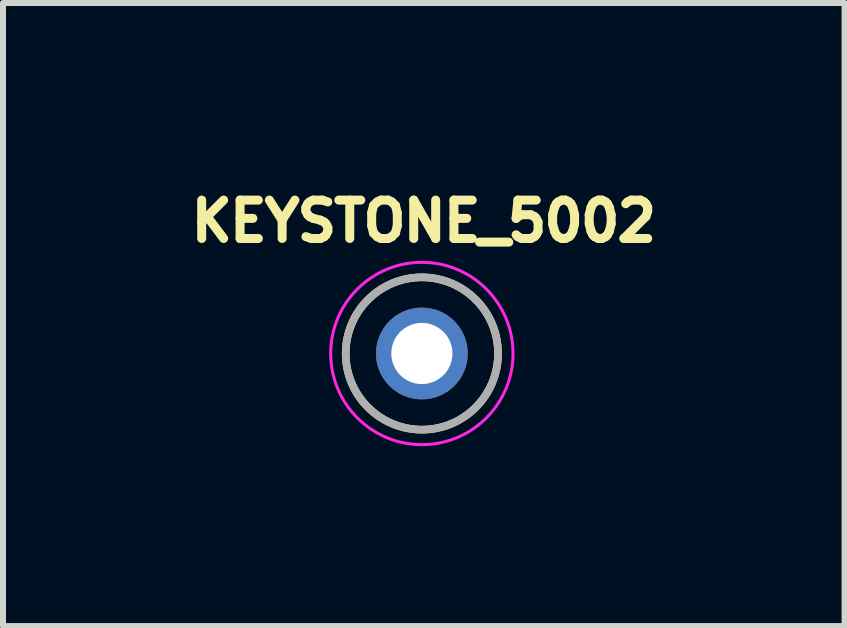
<source format=kicad_pcb>
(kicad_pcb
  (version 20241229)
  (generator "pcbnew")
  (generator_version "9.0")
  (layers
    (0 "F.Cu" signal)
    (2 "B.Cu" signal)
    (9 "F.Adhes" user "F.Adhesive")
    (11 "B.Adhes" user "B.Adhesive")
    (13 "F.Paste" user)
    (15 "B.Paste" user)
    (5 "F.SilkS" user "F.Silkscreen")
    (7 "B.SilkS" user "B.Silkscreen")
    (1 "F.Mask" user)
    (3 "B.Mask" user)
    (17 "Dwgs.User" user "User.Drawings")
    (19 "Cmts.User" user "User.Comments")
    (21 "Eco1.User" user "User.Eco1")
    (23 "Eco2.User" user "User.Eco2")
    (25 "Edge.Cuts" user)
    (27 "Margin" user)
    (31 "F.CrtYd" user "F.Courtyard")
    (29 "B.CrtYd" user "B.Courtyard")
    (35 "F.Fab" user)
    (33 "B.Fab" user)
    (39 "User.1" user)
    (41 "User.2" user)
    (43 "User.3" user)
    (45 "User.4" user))
  (footprint "KEYSTONE_5002"
    (layer "F.Cu")
    (at 3.984 2.844)
    (property "Reference" "KEYSTONE_5002" (at 0.032 -2.206 0) (layer "F.SilkS") (effects (font (size 0.64 0.64) (thickness 0.15))))
    (attr through_hole)
    (fp_circle (center 0 0) (end 1.27 0) (stroke (width 0.127) (type solid)) (fill no) (layer "F.SilkS"))
    (fp_circle (center 0 0) (end 1.52 0) (stroke (width 0.05) (type solid)) (fill no) (layer "F.CrtYd"))
    (fp_circle (center 0 0) (end 1.27 0) (stroke (width 0.127) (type solid)) (fill no) (layer "F.Fab"))
    (pad "TP" thru_hole circle (at 0 0) (size 1.53 1.53) (drill 1.02) (layers "*.Cu" "*.Mask")))
  (gr_rect
    (start -3 -3)
    (end 11.032 7.389)
    (stroke (width 0.1) (type default))
    (fill no)
    (layer "Edge.Cuts")))
</source>
